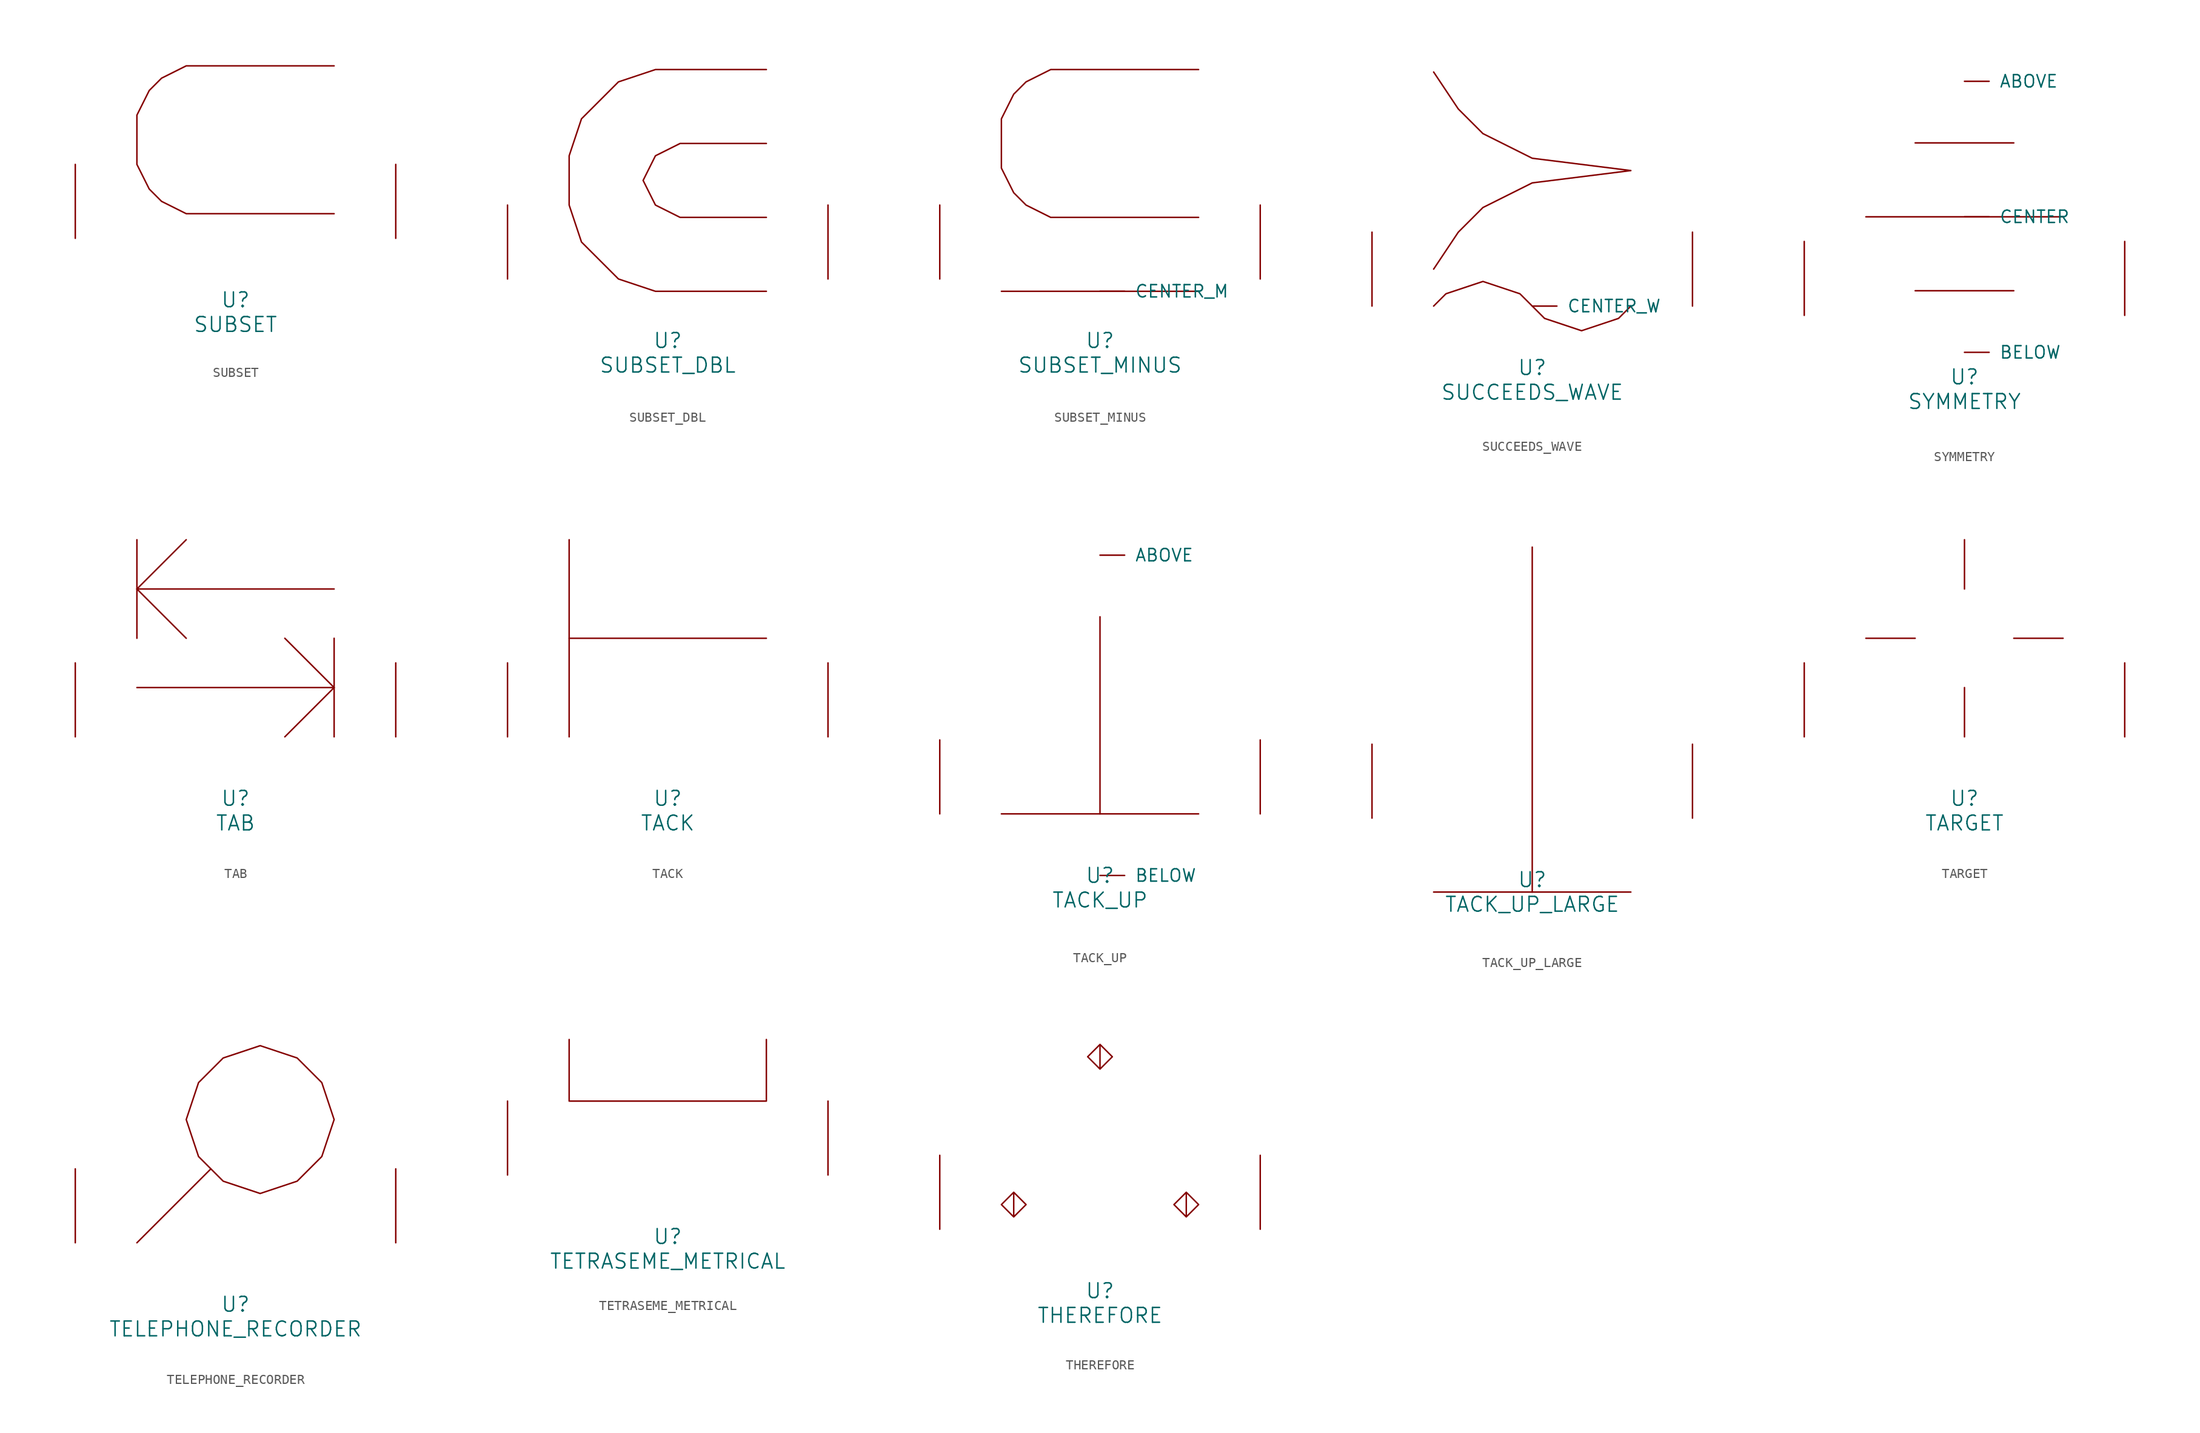
<source format=kicad_sym>
(kicad_symbol_lib
  (version 20220914)
  (generator font_lib2sym)
  (symbol "SUBSET"
    (pin_names
      (offset 1.016))
    (property "Reference" "U"
      (at 0 -6.35 0)
      (effects (font (size 1.524 1.524))))
    (property "Value" "SUBSET"
      (at 0 -8.89 0)
      (effects (font (size 1.524 1.524))))
    (symbol "SUBSET_0_1"
      (polyline (pts (xy 10.16 17.78) (xy -5.08 17.78) (xy -7.62 16.51) (xy -8.89 15.24) (xy -10.16 12.7) (xy -10.16 7.62) (xy -8.89 5.08) (xy -7.62 3.81) (xy -5.08 2.54) (xy 10.16 2.54)) (stroke (width 0) (type solid)) (fill (type none)))
      (pin input line (at -16.51 0 90) (length 7.62) (name "~" (effects (font (size 1.27 1.27)))) (number "~" (effects (font (size 1.27 1.27)))))
      (pin input line (at 16.51 0 90) (length 7.62) (name "~" (effects (font (size 1.27 1.27)))) (number "~" (effects (font (size 1.27 1.27)))))))
  (symbol "SUBSET_DBL"
    (pin_names
      (offset 1.016))
    (property "Reference" "U"
      (at 0 -6.35 0)
      (effects (font (size 1.524 1.524))))
    (property "Value" "SUBSET_DBL"
      (at 0 -8.89 0)
      (effects (font (size 1.524 1.524))))
    (symbol "SUBSET_DBL_0_1"
      (polyline (pts (xy 10.16 13.97) (xy 1.27 13.97) (xy -1.27 12.7) (xy -2.54 10.16) (xy -1.27 7.62) (xy 1.27 6.35) (xy 10.16 6.35)) (stroke (width 0) (type solid)) (fill (type none)))
      (polyline (pts (xy 10.16 -1.27) (xy -1.27 -1.27) (xy -5.08 0) (xy -8.89 3.81) (xy -10.16 7.62) (xy -10.16 12.7) (xy -8.89 16.51) (xy -5.08 20.32) (xy -1.27 21.59) (xy 10.16 21.59)) (stroke (width 0) (type solid)) (fill (type none)))
      (pin input line (at -16.51 0 90) (length 7.62) (name "~" (effects (font (size 1.27 1.27)))) (number "~" (effects (font (size 1.27 1.27)))))
      (pin input line (at 16.51 0 90) (length 7.62) (name "~" (effects (font (size 1.27 1.27)))) (number "~" (effects (font (size 1.27 1.27)))))))
  (symbol "SUBSET_MINUS"
    (pin_names
      (offset 1.016))
    (property "Reference" "U"
      (at 0 -6.35 0)
      (effects (font (size 1.524 1.524))))
    (property "Value" "SUBSET_MINUS"
      (at 0 -8.89 0)
      (effects (font (size 1.524 1.524))))
    (symbol "SUBSET_MINUS_0_1"
      (polyline (pts (xy -10.16 -1.27) (xy 10.16 -1.27)) (stroke (width 0) (type solid)) (fill (type none)))
      (polyline (pts (xy 10.16 21.59) (xy -5.08 21.59) (xy -7.62 20.32) (xy -8.89 19.05) (xy -10.16 16.51) (xy -10.16 11.43) (xy -8.89 8.89) (xy -7.62 7.62) (xy -5.08 6.35) (xy 10.16 6.35)) (stroke (width 0) (type solid)) (fill (type none)))
      (pin input line (at 0 -1.27 0) (length 2.54) (name "CENTER_M" (effects (font (size 1.27 1.27)))) (number "~" (effects (font (size 1.27 1.27)))))
      (pin input line (at -16.51 0 90) (length 7.62) (name "~" (effects (font (size 1.27 1.27)))) (number "~" (effects (font (size 1.27 1.27)))))
      (pin input line (at 16.51 0 90) (length 7.62) (name "~" (effects (font (size 1.27 1.27)))) (number "~" (effects (font (size 1.27 1.27)))))))
  (symbol "SUCCEEDS_WAVE"
    (pin_names
      (offset 1.016))
    (property "Reference" "U"
      (at 0 -6.35 0)
      (effects (font (size 1.524 1.524))))
    (property "Value" "SUCCEEDS_WAVE"
      (at 0 -8.89 0)
      (effects (font (size 1.524 1.524))))
    (symbol "SUCCEEDS_WAVE_0_1"
      (polyline (pts (xy -10.16 0) (xy -8.89 1.27) (xy -5.08 2.54) (xy -1.27 1.27) (xy 1.27 -1.27) (xy 5.08 -2.54) (xy 8.89 -1.27) (xy 10.16 0)) (stroke (width 0) (type solid)) (fill (type none)))
      (polyline (pts (xy -10.16 3.81) (xy -7.62 7.62) (xy -5.08 10.16) (xy 0 12.7) (xy 10.16 13.97) (xy 0 15.24) (xy -5.08 17.78) (xy -7.62 20.32) (xy -10.16 24.13)) (stroke (width 0) (type solid)) (fill (type none)))
      (pin input line (at 0 0 0) (length 2.54) (name "CENTER_W" (effects (font (size 1.27 1.27)))) (number "~" (effects (font (size 1.27 1.27)))))
      (pin input line (at -16.51 0 90) (length 7.62) (name "~" (effects (font (size 1.27 1.27)))) (number "~" (effects (font (size 1.27 1.27)))))
      (pin input line (at 16.51 0 90) (length 7.62) (name "~" (effects (font (size 1.27 1.27)))) (number "~" (effects (font (size 1.27 1.27)))))))
  (symbol "SYMMETRY"
    (pin_names
      (offset 1.016))
    (property "Reference" "U"
      (at 0 -6.35 0)
      (effects (font (size 1.524 1.524))))
    (property "Value" "SYMMETRY"
      (at 0 -8.89 0)
      (effects (font (size 1.524 1.524))))
    (symbol "SYMMETRY_0_1"
      (polyline (pts (xy -10.16 10.16) (xy 10.16 10.16)) (stroke (width 0) (type solid)) (fill (type none)))
      (polyline (pts (xy -5.08 2.54) (xy 5.08 2.54)) (stroke (width 0) (type solid)) (fill (type none)))
      (polyline (pts (xy 5.08 17.78) (xy -5.08 17.78)) (stroke (width 0) (type solid)) (fill (type none)))
      (pin input line (at 0 24.13 0) (length 2.54) (name "ABOVE" (effects (font (size 1.27 1.27)))) (number "~" (effects (font (size 1.27 1.27)))))
      (pin input line (at 0 -3.81 0) (length 2.54) (name "BELOW" (effects (font (size 1.27 1.27)))) (number "~" (effects (font (size 1.27 1.27)))))
      (pin input line (at 0 10.16 0) (length 2.54) (name "CENTER" (effects (font (size 1.27 1.27)))) (number "~" (effects (font (size 1.27 1.27)))))
      (pin input line (at -16.51 0 90) (length 7.62) (name "~" (effects (font (size 1.27 1.27)))) (number "~" (effects (font (size 1.27 1.27)))))
      (pin input line (at 16.51 0 90) (length 7.62) (name "~" (effects (font (size 1.27 1.27)))) (number "~" (effects (font (size 1.27 1.27)))))))
  (symbol "TAB"
    (pin_names
      (offset 1.016))
    (property "Reference" "U"
      (at 0 -6.35 0)
      (effects (font (size 1.524 1.524))))
    (property "Value" "TAB"
      (at 0 -8.89 0)
      (effects (font (size 1.524 1.524))))
    (symbol "TAB_0_1"
      (polyline (pts (xy -10.16 5.08) (xy 10.16 5.08)) (stroke (width 0) (type solid)) (fill (type none)))
      (polyline (pts (xy -10.16 20.32) (xy -10.16 10.16)) (stroke (width 0) (type solid)) (fill (type none)))
      (polyline (pts (xy 10.16 10.16) (xy 10.16 0)) (stroke (width 0) (type solid)) (fill (type none)))
      (polyline (pts (xy 10.16 15.24) (xy -10.16 15.24)) (stroke (width 0) (type solid)) (fill (type none)))
      (polyline (pts (xy -5.08 10.16) (xy -10.16 15.24) (xy -5.08 20.32)) (stroke (width 0) (type solid)) (fill (type none)))
      (polyline (pts (xy 5.08 0) (xy 10.16 5.08) (xy 5.08 10.16)) (stroke (width 0) (type solid)) (fill (type none)))
      (pin input line (at -16.51 0 90) (length 7.62) (name "~" (effects (font (size 1.27 1.27)))) (number "~" (effects (font (size 1.27 1.27)))))
      (pin input line (at 16.51 0 90) (length 7.62) (name "~" (effects (font (size 1.27 1.27)))) (number "~" (effects (font (size 1.27 1.27)))))))
  (symbol "TACK"
    (pin_names
      (offset 1.016))
    (property "Reference" "U"
      (at 0 -6.35 0)
      (effects (font (size 1.524 1.524))))
    (property "Value" "TACK"
      (at 0 -8.89 0)
      (effects (font (size 1.524 1.524))))
    (symbol "TACK_0_1"
      (polyline (pts (xy -10.16 0) (xy -10.16 20.32)) (stroke (width 0) (type solid)) (fill (type none)))
      (polyline (pts (xy -10.16 10.16) (xy 10.16 10.16)) (stroke (width 0) (type solid)) (fill (type none)))
      (pin input line (at -16.51 0 90) (length 7.62) (name "~" (effects (font (size 1.27 1.27)))) (number "~" (effects (font (size 1.27 1.27)))))
      (pin input line (at 16.51 0 90) (length 7.62) (name "~" (effects (font (size 1.27 1.27)))) (number "~" (effects (font (size 1.27 1.27)))))))
  (symbol "TACK_UP"
    (pin_names
      (offset 1.016))
    (property "Reference" "U"
      (at 0 -6.35 0)
      (effects (font (size 1.524 1.524))))
    (property "Value" "TACK_UP"
      (at 0 -8.89 0)
      (effects (font (size 1.524 1.524))))
    (symbol "TACK_UP_0_1"
      (polyline (pts (xy -10.16 0) (xy 10.16 0)) (stroke (width 0) (type solid)) (fill (type none)))
      (polyline (pts (xy 0 0) (xy 0 20.32)) (stroke (width 0) (type solid)) (fill (type none)))
      (pin input line (at 0 26.67 0) (length 2.54) (name "ABOVE" (effects (font (size 1.27 1.27)))) (number "~" (effects (font (size 1.27 1.27)))))
      (pin input line (at 0 -6.35 0) (length 2.54) (name "BELOW" (effects (font (size 1.27 1.27)))) (number "~" (effects (font (size 1.27 1.27)))))
      (pin input line (at -16.51 0 90) (length 7.62) (name "~" (effects (font (size 1.27 1.27)))) (number "~" (effects (font (size 1.27 1.27)))))
      (pin input line (at 16.51 0 90) (length 7.62) (name "~" (effects (font (size 1.27 1.27)))) (number "~" (effects (font (size 1.27 1.27)))))))
  (symbol "TACK_UP_LARGE"
    (pin_names
      (offset 1.016))
    (property "Reference" "U"
      (at 0 -6.35 0)
      (effects (font (size 1.524 1.524))))
    (property "Value" "TACK_UP_LARGE"
      (at 0 -8.89 0)
      (effects (font (size 1.524 1.524))))
    (symbol "TACK_UP_LARGE_0_1"
      (polyline (pts (xy -10.16 -7.62) (xy 10.16 -7.62)) (stroke (width 0) (type solid)) (fill (type none)))
      (polyline (pts (xy 0 -7.62) (xy 0 27.94)) (stroke (width 0) (type solid)) (fill (type none)))
      (pin input line (at -16.51 0 90) (length 7.62) (name "~" (effects (font (size 1.27 1.27)))) (number "~" (effects (font (size 1.27 1.27)))))
      (pin input line (at 16.51 0 90) (length 7.62) (name "~" (effects (font (size 1.27 1.27)))) (number "~" (effects (font (size 1.27 1.27)))))))
  (symbol "TARGET"
    (pin_names
      (offset 1.016))
    (property "Reference" "U"
      (at 0 -6.35 0)
      (effects (font (size 1.524 1.524))))
    (property "Value" "TARGET"
      (at 0 -8.89 0)
      (effects (font (size 1.524 1.524))))
    (symbol "TARGET_0_1"
      (polyline (pts (xy -10.16 10.16) (xy -5.08 10.16)) (stroke (width 0) (type solid)) (fill (type none)))
      (polyline (pts (xy 0 0) (xy 0 5.08)) (stroke (width 0) (type solid)) (fill (type none)))
      (polyline (pts (xy 0 20.32) (xy 0 15.24)) (stroke (width 0) (type solid)) (fill (type none)))
      (polyline (pts (xy 10.16 10.16) (xy 5.08 10.16)) (stroke (width 0) (type solid)) (fill (type none)))
      (pin input line (at -16.51 0 90) (length 7.62) (name "~" (effects (font (size 1.27 1.27)))) (number "~" (effects (font (size 1.27 1.27)))))
      (pin input line (at 16.51 0 90) (length 7.62) (name "~" (effects (font (size 1.27 1.27)))) (number "~" (effects (font (size 1.27 1.27)))))))
  (symbol "TELEPHONE_RECORDER"
    (pin_names
      (offset 1.016))
    (property "Reference" "U"
      (at 0 -6.35 0)
      (effects (font (size 1.524 1.524))))
    (property "Value" "TELEPHONE_RECORDER"
      (at 0 -8.89 0)
      (effects (font (size 1.524 1.524))))
    (symbol "TELEPHONE_RECORDER_0_1"
      (polyline (pts (xy -2.54 7.62) (xy -10.16 0)) (stroke (width 0) (type solid)) (fill (type none)))
      (polyline (pts (xy 2.54 20.32) (xy 6.35 19.05) (xy 8.89 16.51) (xy 10.16 12.7) (xy 8.89 8.89) (xy 6.35 6.35) (xy 2.54 5.08) (xy -1.27 6.35) (xy -3.81 8.89) (xy -5.08 12.7) (xy -3.81 16.51) (xy -1.27 19.05) (xy 2.54 20.32)) (stroke (width 0) (type solid)) (fill (type none)))
      (pin input line (at -16.51 0 90) (length 7.62) (name "~" (effects (font (size 1.27 1.27)))) (number "~" (effects (font (size 1.27 1.27)))))
      (pin input line (at 16.51 0 90) (length 7.62) (name "~" (effects (font (size 1.27 1.27)))) (number "~" (effects (font (size 1.27 1.27)))))))
  (symbol "TETRASEME_METRICAL"
    (pin_names
      (offset 1.016))
    (property "Reference" "U"
      (at 0 -6.35 0)
      (effects (font (size 1.524 1.524))))
    (property "Value" "TETRASEME_METRICAL"
      (at 0 -8.89 0)
      (effects (font (size 1.524 1.524))))
    (symbol "TETRASEME_METRICAL_0_1"
      (polyline (pts (xy -10.16 13.97) (xy -10.16 7.62) (xy 10.16 7.62) (xy 10.16 13.97)) (stroke (width 0) (type solid)) (fill (type none)))
      (pin input line (at -16.51 0 90) (length 7.62) (name "~" (effects (font (size 1.27 1.27)))) (number "~" (effects (font (size 1.27 1.27)))))
      (pin input line (at 16.51 0 90) (length 7.62) (name "~" (effects (font (size 1.27 1.27)))) (number "~" (effects (font (size 1.27 1.27)))))))
  (symbol "THEREFORE"
    (pin_names
      (offset 1.016))
    (property "Reference" "U"
      (at 0 -6.35 0)
      (effects (font (size 1.524 1.524))))
    (property "Value" "THEREFORE"
      (at 0 -8.89 0)
      (effects (font (size 1.524 1.524))))
    (symbol "THEREFORE_0_1"
      (polyline (pts (xy -8.89 3.81) (xy -7.62 2.54) (xy -8.89 1.27) (xy -10.16 2.54) (xy -8.89 3.81) (xy -8.89 1.27)) (stroke (width 0) (type solid)) (fill (type none)))
      (polyline (pts (xy 0 19.05) (xy 1.27 17.78) (xy 0 16.51) (xy -1.27 17.78) (xy 0 19.05) (xy 0 16.51)) (stroke (width 0) (type solid)) (fill (type none)))
      (polyline (pts (xy 8.89 3.81) (xy 10.16 2.54) (xy 8.89 1.27) (xy 7.62 2.54) (xy 8.89 3.81) (xy 8.89 1.27)) (stroke (width 0) (type solid)) (fill (type none)))
      (pin input line (at -16.51 0 90) (length 7.62) (name "~" (effects (font (size 1.27 1.27)))) (number "~" (effects (font (size 1.27 1.27)))))
      (pin input line (at 16.51 0 90) (length 7.62) (name "~" (effects (font (size 1.27 1.27)))) (number "~" (effects (font (size 1.27 1.27))))))))
</source>
